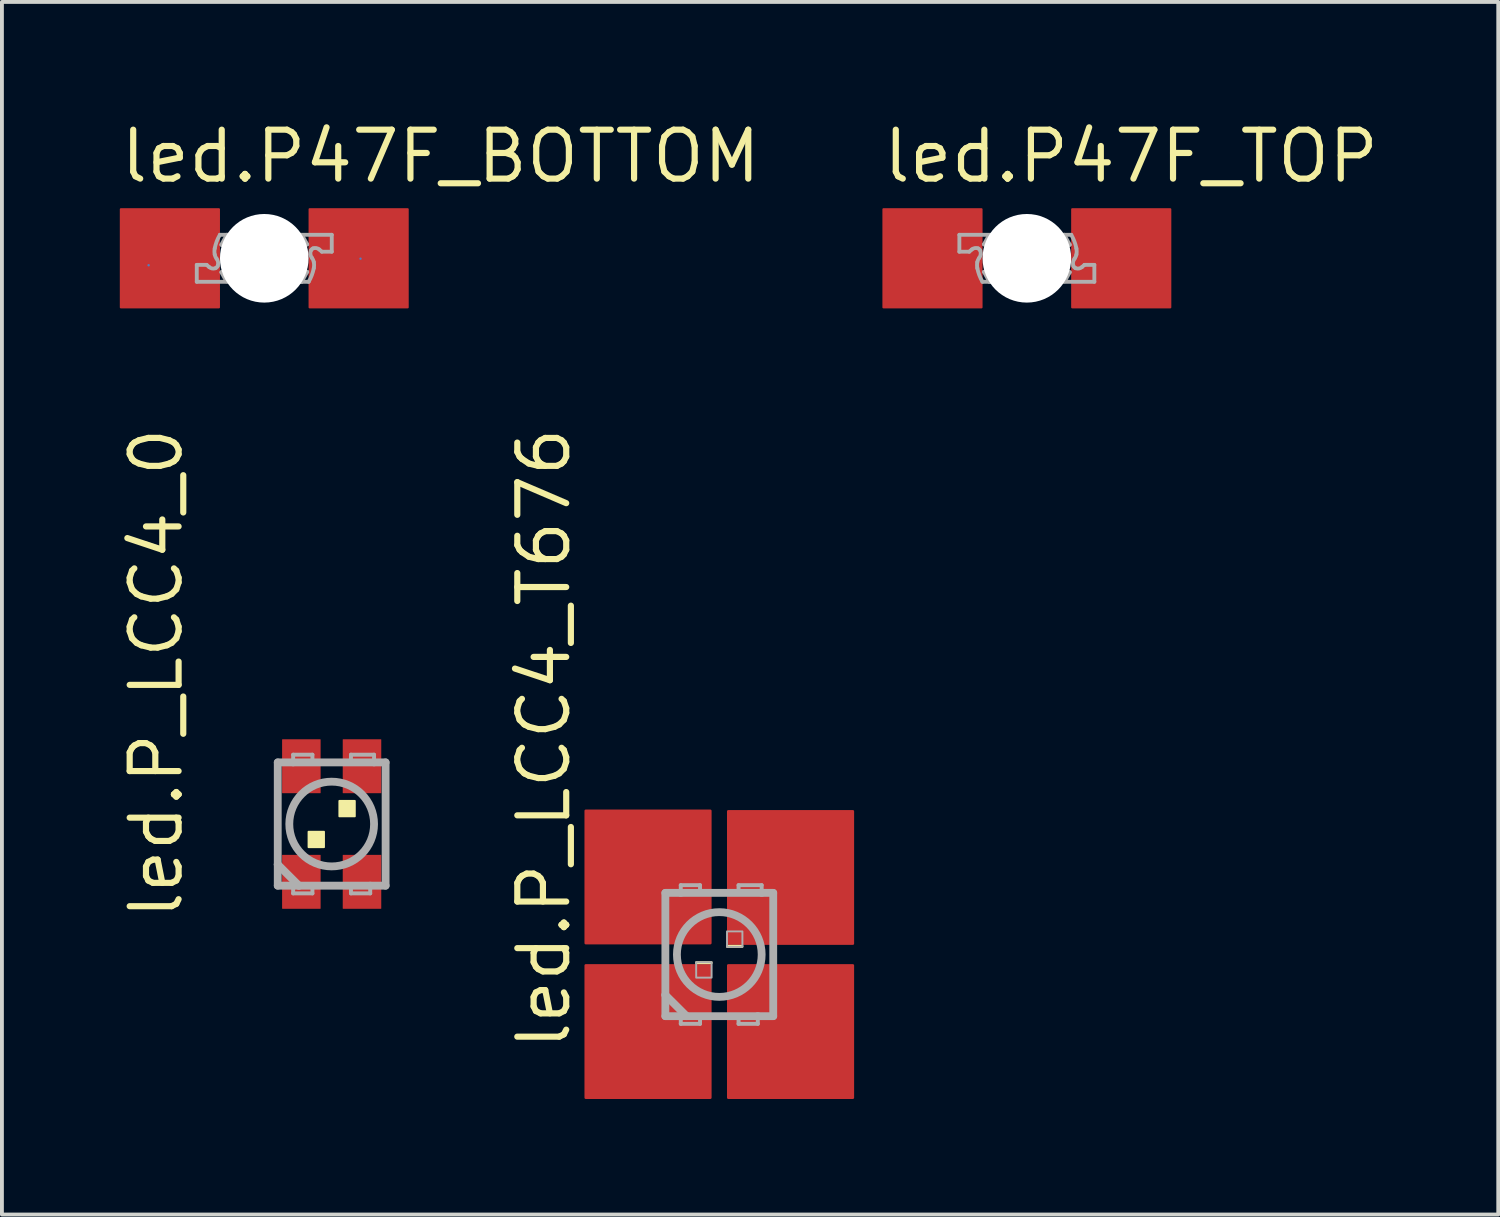
<source format=kicad_pcb>
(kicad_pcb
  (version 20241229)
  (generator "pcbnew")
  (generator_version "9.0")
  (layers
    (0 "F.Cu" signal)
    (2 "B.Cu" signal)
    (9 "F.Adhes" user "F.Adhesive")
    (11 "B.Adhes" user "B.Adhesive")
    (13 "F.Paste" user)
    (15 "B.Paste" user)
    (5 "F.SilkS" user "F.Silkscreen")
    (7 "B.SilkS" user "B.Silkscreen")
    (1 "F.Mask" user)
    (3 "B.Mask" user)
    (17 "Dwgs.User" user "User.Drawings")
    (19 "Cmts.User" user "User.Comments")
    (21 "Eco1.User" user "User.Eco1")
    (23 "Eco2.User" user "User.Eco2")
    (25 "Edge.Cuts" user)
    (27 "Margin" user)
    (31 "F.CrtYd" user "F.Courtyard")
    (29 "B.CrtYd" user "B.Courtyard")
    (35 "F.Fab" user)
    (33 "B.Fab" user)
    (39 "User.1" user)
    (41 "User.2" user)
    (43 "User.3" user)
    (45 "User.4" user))
  (footprint "led.P_LCC4_0"
    (layer "F.Cu")
    (at 5.56 18.341)
    (property "Reference" "led.P_LCC4_0" (at -3.81 2.54 90) (layer "F.SilkS") (effects (font (size 1.27 1.27) (thickness 0.16)) (justify left bottom)))
    (attr smd)
    (fp_rect (start -1.15 -0.85) (end -0.35 -1.95) (stroke (width 0.05) (type default)) (fill yes) (layer "F.Mask"))
    (fp_rect (start -1.15 1.95) (end -0.35 0.85) (stroke (width 0.05) (type default)) (fill yes) (layer "F.Mask"))
    (fp_rect (start 0.35 -0.85) (end 1.15 -1.95) (stroke (width 0.05) (type default)) (fill yes) (layer "F.Mask"))
    (fp_rect (start 0.35 1.95) (end 1.15 0.85) (stroke (width 0.05) (type default)) (fill yes) (layer "F.Mask"))
    (fp_rect (start -0.6 0.6) (end -0.2 0.2) (stroke (width 0.05) (type default)) (fill yes) (layer "F.SilkS"))
    (fp_rect (start 0.2 -0.2) (end 0.6 -0.6) (stroke (width 0.05) (type default)) (fill yes) (layer "F.SilkS"))
    (fp_rect (start -1.1 -0.9) (end -0.4 -1.9) (stroke (width 0.05) (type default)) (fill yes) (layer "F.Paste"))
    (fp_rect (start -1.1 1.9) (end -0.4 0.9) (stroke (width 0.05) (type default)) (fill yes) (layer "F.Paste"))
    (fp_rect (start 0.4 -0.9) (end 1.1 -1.9) (stroke (width 0.05) (type default)) (fill yes) (layer "F.Paste"))
    (fp_rect (start 0.4 1.9) (end 1.1 0.9) (stroke (width 0.05) (type default)) (fill yes) (layer "F.Paste"))
    (fp_line (start -1.4 -1.6) (end -1.4 1.05) (stroke (width 0.203) (type default)) (layer "F.Fab"))
    (fp_line (start -1.4 1.05) (end -1.4 1.6) (stroke (width 0.203) (type default)) (layer "F.Fab"))
    (fp_line (start -1.4 1.6) (end -1 1.6) (stroke (width 0.203) (type default)) (layer "F.Fab"))
    (fp_line (start -1 -1.8) (end -0.5 -1.8) (stroke (width 0.102) (type default)) (layer "F.Fab"))
    (fp_line (start -1 -1.6) (end -1.4 -1.6) (stroke (width 0.203) (type default)) (layer "F.Fab"))
    (fp_line (start -1 -1.6) (end -1 -1.8) (stroke (width 0.102) (type default)) (layer "F.Fab"))
    (fp_line (start -1 1.6) (end -1 1.8) (stroke (width 0.102) (type default)) (layer "F.Fab"))
    (fp_line (start -1 1.6) (end -0.85 1.6) (stroke (width 0.203) (type default)) (layer "F.Fab"))
    (fp_line (start -1 1.8) (end -0.5 1.8) (stroke (width 0.102) (type default)) (layer "F.Fab"))
    (fp_line (start -0.85 1.6) (end -1.4 1.05) (stroke (width 0.203) (type default)) (layer "F.Fab"))
    (fp_line (start -0.85 1.6) (end 1 1.6) (stroke (width 0.203) (type default)) (layer "F.Fab"))
    (fp_line (start -0.5 -1.8) (end -0.5 -1.65) (stroke (width 0.102) (type default)) (layer "F.Fab"))
    (fp_line (start -0.5 1.8) (end -0.5 1.65) (stroke (width 0.102) (type default)) (layer "F.Fab"))
    (fp_line (start 0.5 -1.8) (end 1.1 -1.8) (stroke (width 0.102) (type default)) (layer "F.Fab"))
    (fp_line (start 0.5 -1.65) (end 0.5 -1.8) (stroke (width 0.102) (type default)) (layer "F.Fab"))
    (fp_line (start 0.5 1.65) (end 0.5 1.8) (stroke (width 0.102) (type default)) (layer "F.Fab"))
    (fp_line (start 0.5 1.8) (end 1 1.8) (stroke (width 0.102) (type default)) (layer "F.Fab"))
    (fp_line (start 1 1.6) (end 1.4 1.6) (stroke (width 0.203) (type default)) (layer "F.Fab"))
    (fp_line (start 1 1.8) (end 1 1.6) (stroke (width 0.102) (type default)) (layer "F.Fab"))
    (fp_line (start 1.1 -1.8) (end 1.1 -1.6) (stroke (width 0.102) (type default)) (layer "F.Fab"))
    (fp_line (start 1.1 -1.6) (end -1 -1.6) (stroke (width 0.203) (type default)) (layer "F.Fab"))
    (fp_line (start 1.4 -1.6) (end 1.1 -1.6) (stroke (width 0.203) (type default)) (layer "F.Fab"))
    (fp_line (start 1.4 1.6) (end 1.4 -1.6) (stroke (width 0.203) (type default)) (layer "F.Fab"))
    (fp_circle (center 0 0) (end 1.1 0) (stroke (width 0.203) (type default)) (fill no) (layer "F.Fab"))
    (pad "1" smd roundrect (at -0.787 1.5) (size 1 1.4) (layers "F.Cu" "F.Mask" "F.Paste") (roundrect_rratio 0.01))
    (pad "2" smd roundrect (at -0.787 -1.5) (size 1 1.4) (layers "F.Cu" "F.Mask" "F.Paste") (roundrect_rratio 0.01))
    (pad "3" smd roundrect (at 0.787 -1.5) (size 1 1.4) (layers "F.Cu" "F.Mask" "F.Paste") (roundrect_rratio 0.01))
    (pad "4" smd roundrect (at 0.787 1.5) (size 1 1.4) (layers "F.Cu" "F.Mask" "F.Paste") (roundrect_rratio 0.01)))
  (footprint "led.P_LCC4_T676"
    (layer "F.Cu")
    (at 15.622 21.728)
    (property "Reference" "led.P_LCC4_T676" (at -3.81 2.54 90) (layer "F.SilkS") (effects (font (size 1.27 1.27) (thickness 0.16)) (justify left bottom)))
    (attr smd)
    (fp_rect (start -1.15 -0.75) (end -0.35 -1.85) (stroke (width 0.05) (type default)) (fill yes) (layer "F.Mask"))
    (fp_rect (start -1.15 1.85) (end -0.35 0.75) (stroke (width 0.05) (type default)) (fill yes) (layer "F.Mask"))
    (fp_rect (start 0.35 -0.75) (end 1.15 -1.85) (stroke (width 0.05) (type default)) (fill yes) (layer "F.Mask"))
    (fp_rect (start 0.35 1.85) (end 1.15 0.75) (stroke (width 0.05) (type default)) (fill yes) (layer "F.Mask"))
    (fp_rect (start -0.6 0.225) (end -0.2 0.2) (stroke (width 0.05) (type default)) (fill yes) (layer "F.SilkS"))
    (fp_rect (start 0.2 -0.2) (end 0.6 -0.225) (stroke (width 0.05) (type default)) (fill yes) (layer "F.SilkS"))
    (fp_rect (start -1.1 -0.8) (end -0.4 -1.8) (stroke (width 0.05) (type default)) (fill yes) (layer "F.Paste"))
    (fp_rect (start -1.1 1.8) (end -0.4 0.8) (stroke (width 0.05) (type default)) (fill yes) (layer "F.Paste"))
    (fp_rect (start 0.4 -0.8) (end 1.1 -1.8) (stroke (width 0.05) (type default)) (fill yes) (layer "F.Paste"))
    (fp_rect (start 0.4 1.8) (end 1.1 0.8) (stroke (width 0.05) (type default)) (fill yes) (layer "F.Paste"))
    (fp_line (start -1.4 -1.6) (end -1.4 1.05) (stroke (width 0.203) (type default)) (layer "F.Fab"))
    (fp_line (start -1.4 1.05) (end -1.4 1.6) (stroke (width 0.203) (type default)) (layer "F.Fab"))
    (fp_line (start -1.4 1.6) (end -1 1.6) (stroke (width 0.203) (type default)) (layer "F.Fab"))
    (fp_line (start -1 -1.8) (end -0.5 -1.8) (stroke (width 0.102) (type default)) (layer "F.Fab"))
    (fp_line (start -1 -1.6) (end -1.4 -1.6) (stroke (width 0.203) (type default)) (layer "F.Fab"))
    (fp_line (start -1 -1.6) (end -1 -1.8) (stroke (width 0.102) (type default)) (layer "F.Fab"))
    (fp_line (start -1 1.6) (end -1 1.8) (stroke (width 0.102) (type default)) (layer "F.Fab"))
    (fp_line (start -1 1.6) (end -0.85 1.6) (stroke (width 0.203) (type default)) (layer "F.Fab"))
    (fp_line (start -1 1.8) (end -0.5 1.8) (stroke (width 0.102) (type default)) (layer "F.Fab"))
    (fp_line (start -0.85 1.6) (end -1.4 1.05) (stroke (width 0.203) (type default)) (layer "F.Fab"))
    (fp_line (start -0.85 1.6) (end 1 1.6) (stroke (width 0.203) (type default)) (layer "F.Fab"))
    (fp_line (start -0.5 -1.8) (end -0.5 -1.65) (stroke (width 0.102) (type default)) (layer "F.Fab"))
    (fp_line (start -0.5 1.8) (end -0.5 1.65) (stroke (width 0.102) (type default)) (layer "F.Fab"))
    (fp_line (start 0.5 -1.8) (end 1.1 -1.8) (stroke (width 0.102) (type default)) (layer "F.Fab"))
    (fp_line (start 0.5 -1.65) (end 0.5 -1.8) (stroke (width 0.102) (type default)) (layer "F.Fab"))
    (fp_line (start 0.5 1.65) (end 0.5 1.8) (stroke (width 0.102) (type default)) (layer "F.Fab"))
    (fp_line (start 0.5 1.8) (end 1 1.8) (stroke (width 0.102) (type default)) (layer "F.Fab"))
    (fp_line (start 1 1.6) (end 1.4 1.6) (stroke (width 0.203) (type default)) (layer "F.Fab"))
    (fp_line (start 1 1.8) (end 1 1.6) (stroke (width 0.102) (type default)) (layer "F.Fab"))
    (fp_line (start 1.1 -1.8) (end 1.1 -1.6) (stroke (width 0.102) (type default)) (layer "F.Fab"))
    (fp_line (start 1.1 -1.6) (end -1 -1.6) (stroke (width 0.203) (type default)) (layer "F.Fab"))
    (fp_line (start 1.4 -1.6) (end 1.1 -1.6) (stroke (width 0.203) (type default)) (layer "F.Fab"))
    (fp_line (start 1.4 1.6) (end 1.4 -1.6) (stroke (width 0.203) (type default)) (layer "F.Fab"))
    (fp_rect (start -0.6 0.6) (end -0.2 0.2) (stroke (width 0.05) (type default)) (fill no) (layer "F.Fab"))
    (fp_rect (start 0.2 -0.2) (end 0.6 -0.6) (stroke (width 0.05) (type default)) (fill no) (layer "F.Fab"))
    (fp_circle (center 0 0) (end 1.1 0) (stroke (width 0.203) (type default)) (fill no) (layer "F.Fab"))
    (pad "1" smd roundrect (at -1.85 2) (size 3.3 3.5) (layers "F.Cu" "F.Mask" "F.Paste") (roundrect_rratio 0.01))
    (pad "2" smd roundrect (at -1.85 -2.013) (size 3.3 3.5) (layers "F.Cu" "F.Mask" "F.Paste") (roundrect_rratio 0.01))
    (pad "3" smd roundrect (at 1.85 -2) (size 3.3 3.5) (layers "F.Cu" "F.Mask" "F.Paste") (roundrect_rratio 0.01))
    (pad "4" smd roundrect (at 1.85 2) (size 3.3 3.5) (layers "F.Cu" "F.Mask" "F.Paste") (roundrect_rratio 0.01)))
  (footprint "led.P47F_BOTTOM"
    (layer "F.Cu")
    (at 3.81 3.655)
    (property "Reference" "led.P47F_BOTTOM" (at -3.81 -1.905 0) (layer "F.SilkS") (effects (font (size 1.27 1.27) (thickness 0.16)) (justify left bottom)))
    (attr smd)
    (fp_rect (start -1.825 0.9) (end -1.15 -0.2) (stroke (width 0.05) (type default)) (fill yes) (layer "F.Mask"))
    (fp_rect (start 1.15 0.2) (end 1.825 -0.9) (stroke (width 0.05) (type default)) (fill yes) (layer "F.Mask"))
    (fp_rect (start -3.007 0.185) (end -2.997 0.176) (stroke (width 0.05) (type default)) (fill yes) (layer "B.Cu"))
    (fp_rect (start 2.494 0.014) (end 2.503 0.005) (stroke (width 0.05) (type default)) (fill yes) (layer "B.Cu"))
    (fp_circle (center 0 0) (end 0.952 0) (stroke (width 0.1) (type default)) (fill no) (layer "B.SilkS"))
    (fp_rect (start -1.8 0.725) (end -1.175 -0.05) (stroke (width 0.05) (type default)) (fill yes) (layer "F.Paste"))
    (fp_rect (start 1.175 0.05) (end 1.8 -0.725) (stroke (width 0.05) (type default)) (fill yes) (layer "F.Paste"))
    (fp_line (start -0.305 -0.048) (end -0.305 0.048) (stroke (width 0.1) (type default)) (layer "B.Fab"))
    (fp_line (start -0.086 -0.267) (end 0.229 -0.267) (stroke (width 0.1) (type default)) (layer "B.Fab"))
    (fp_line (start -0.086 0.267) (end 0.229 0.267) (stroke (width 0.1) (type default)) (layer "B.Fab"))
    (fp_line (start 0.229 0.267) (end 0.543 0.295) (stroke (width 0.1) (type default)) (layer "B.Fab"))
    (fp_line (start 0.543 -0.295) (end 0.229 -0.267) (stroke (width 0.1) (type default)) (layer "B.Fab"))
    (fp_rect (start -0.1 0.1) (end 0.1 -0.1) (stroke (width 0.05) (type default)) (fill no) (layer "B.Fab"))
    (fp_arc (start -0.3048 -0.0476) (mid -0.240627 -0.202527) (end -0.0857 -0.2667) (stroke (width 0.1) (type default)) (layer "B.Fab"))
    (fp_arc (start -0.0857 0.2667) (mid -0.240627 0.202527) (end -0.3048 0.0476) (stroke (width 0.1) (type default)) (layer "B.Fab"))
    (fp_arc (start 0.5429 -0.2952) (mid 0.625634 -0.28409) (end 0.6953 -0.2381) (stroke (width 0.1) (type default)) (layer "B.Fab"))
    (fp_arc (start 0.6953 -0.2381) (mid 0.768602 -0.128263) (end 0.8 0) (stroke (width 0.1) (type default)) (layer "B.Fab"))
    (fp_arc (start 0.6953 0.2381) (mid 0.625634 0.28409) (end 0.5429 0.2952) (stroke (width 0.1) (type default)) (layer "B.Fab"))
    (fp_arc (start 0.8 0) (mid 0.768602 0.128263) (end 0.6953 0.2381) (stroke (width 0.1) (type default)) (layer "B.Fab"))
    (fp_line (start -1.752 0.171) (end -1.495 0.171) (stroke (width 0.1) (type default)) (layer "F.Fab"))
    (fp_line (start -1.752 0.61) (end -1.752 0.171) (stroke (width 0.1) (type default)) (layer "F.Fab"))
    (fp_line (start -1.495 0.171) (end -1.429 0.229) (stroke (width 0.1) (type default)) (layer "F.Fab"))
    (fp_line (start -1.152 -0.61) (end -0.971 -0.61) (stroke (width 0.1) (type default)) (layer "F.Fab"))
    (fp_line (start -1.114 -0.352) (end -0.971 -0.61) (stroke (width 0.1) (type default)) (layer "F.Fab"))
    (fp_line (start -1.114 0.362) (end -0.971 0.295) (stroke (width 0.1) (type default)) (layer "F.Fab"))
    (fp_line (start -0.981 0.6) (end -1.114 0.362) (stroke (width 0.1) (type default)) (layer "F.Fab"))
    (fp_line (start -0.971 -0.61) (end -0.752 -0.61) (stroke (width 0.1) (type default)) (layer "F.Fab"))
    (fp_line (start -0.933 -0.267) (end -1.114 -0.352) (stroke (width 0.1) (type default)) (layer "F.Fab"))
    (fp_line (start -0.8 0.61) (end -1.752 0.61) (stroke (width 0.1) (type default)) (layer "F.Fab"))
    (fp_line (start 0.8 -0.61) (end 1.752 -0.61) (stroke (width 0.1) (type default)) (layer "F.Fab"))
    (fp_line (start 0.933 0.267) (end 1.114 0.352) (stroke (width 0.1) (type default)) (layer "F.Fab"))
    (fp_line (start 0.971 0.61) (end 0.752 0.61) (stroke (width 0.1) (type default)) (layer "F.Fab"))
    (fp_line (start 0.981 -0.6) (end 1.114 -0.362) (stroke (width 0.1) (type default)) (layer "F.Fab"))
    (fp_line (start 1.114 -0.362) (end 0.971 -0.295) (stroke (width 0.1) (type default)) (layer "F.Fab"))
    (fp_line (start 1.114 0.352) (end 0.971 0.61) (stroke (width 0.1) (type default)) (layer "F.Fab"))
    (fp_line (start 1.152 0.61) (end 0.971 0.61) (stroke (width 0.1) (type default)) (layer "F.Fab"))
    (fp_line (start 1.495 -0.171) (end 1.429 -0.229) (stroke (width 0.1) (type default)) (layer "F.Fab"))
    (fp_line (start 1.752 -0.61) (end 1.752 -0.171) (stroke (width 0.1) (type default)) (layer "F.Fab"))
    (fp_line (start 1.752 -0.171) (end 1.495 -0.171) (stroke (width 0.1) (type default)) (layer "F.Fab"))
    (fp_arc (start -1.2857 -0.2571) (mid -1.233931 -0.438929) (end -1.1524 -0.6095) (stroke (width 0.1) (type default)) (layer "F.Fab"))
    (fp_arc (start -1.2857 -0.0952) (mid -1.293545 -0.17615) (end -1.2857 -0.2571) (stroke (width 0.1) (type default)) (layer "F.Fab"))
    (fp_arc (start -1.2667 0.2571) (mid -1.351547 0.264986) (end -1.4286 0.2286) (stroke (width 0.1) (type default)) (layer "F.Fab"))
    (fp_arc (start -1.2381 0.0095) (mid -1.26804 -0.040059) (end -1.2857 -0.0952) (stroke (width 0.1) (type default)) (layer "F.Fab"))
    (fp_arc (start -1.2381 0.0095) (mid -1.198909 0.101013) (end -1.2095 0.2) (stroke (width 0.1) (type default)) (layer "F.Fab"))
    (fp_arc (start -1.2095 0.2) (mid -1.231954 0.234707) (end -1.2667 0.2571) (stroke (width 0.1) (type default)) (layer "F.Fab"))
    (fp_arc (start 1.2095 -0.2) (mid 1.231954 -0.234707) (end 1.2667 -0.2571) (stroke (width 0.1) (type default)) (layer "F.Fab"))
    (fp_arc (start 1.2381 -0.0095) (mid 1.198909 -0.101013) (end 1.2095 -0.2) (stroke (width 0.1) (type default)) (layer "F.Fab"))
    (fp_arc (start 1.2381 -0.0095) (mid 1.26804 0.040059) (end 1.2857 0.0952) (stroke (width 0.1) (type default)) (layer "F.Fab"))
    (fp_arc (start 1.2667 -0.2571) (mid 1.351547 -0.264986) (end 1.4286 -0.2286) (stroke (width 0.1) (type default)) (layer "F.Fab"))
    (fp_arc (start 1.2857 0.0952) (mid 1.293545 0.17615) (end 1.2857 0.2571) (stroke (width 0.1) (type default)) (layer "F.Fab"))
    (fp_arc (start 1.2857 0.2571) (mid 1.233931 0.438929) (end 1.1524 0.6095) (stroke (width 0.1) (type default)) (layer "F.Fab"))
    (pad "" np_thru_hole circle (at 0 0) (size 2.3 2.3) (drill 2.3) (layers "*.Cu" "*.Mask"))
    (pad "A" smd roundrect (at -2.45 0) (size 2.6 2.6) (layers "F.Cu" "F.Mask" "F.Paste") (roundrect_rratio 0.01))
    (pad "C" smd roundrect (at 2.45 0 180) (size 2.6 2.6) (layers "F.Cu" "F.Mask" "F.Paste") (roundrect_rratio 0.01)))
  (footprint "led.P47F_TOP"
    (layer "F.Cu")
    (at 23.606 3.655)
    (property "Reference" "led.P47F_TOP" (at -3.81 -1.905 0) (layer "F.SilkS") (effects (font (size 1.27 1.27) (thickness 0.16)) (justify left bottom)))
    (attr smd)
    (fp_rect (start -3.007 -0.176) (end -2.997 -0.185) (stroke (width 0.05) (type default)) (fill yes) (layer "F.Cu"))
    (fp_rect (start 2.494 -0.005) (end 2.503 -0.014) (stroke (width 0.05) (type default)) (fill yes) (layer "F.Cu"))
    (fp_rect (start -1.825 0.2) (end -1.15 -0.9) (stroke (width 0.05) (type default)) (fill yes) (layer "F.Mask"))
    (fp_rect (start 1.15 0.9) (end 1.825 -0.2) (stroke (width 0.05) (type default)) (fill yes) (layer "F.Mask"))
    (fp_line (start -0.305 0.048) (end -0.305 -0.048) (stroke (width 0.1) (type default)) (layer "F.SilkS"))
    (fp_line (start -0.086 -0.267) (end 0.229 -0.267) (stroke (width 0.1) (type default)) (layer "F.SilkS"))
    (fp_line (start -0.086 0.267) (end 0.229 0.267) (stroke (width 0.1) (type default)) (layer "F.SilkS"))
    (fp_line (start 0.229 -0.267) (end 0.543 -0.295) (stroke (width 0.1) (type default)) (layer "F.SilkS"))
    (fp_line (start 0.543 0.295) (end 0.229 0.267) (stroke (width 0.1) (type default)) (layer "F.SilkS"))
    (fp_rect (start -0.1 0.1) (end 0.1 -0.1) (stroke (width 0.05) (type default)) (fill yes) (layer "F.SilkS"))
    (fp_arc (start -0.3048 -0.0476) (mid -0.240627 -0.202527) (end -0.0857 -0.2667) (stroke (width 0.1) (type default)) (layer "F.SilkS"))
    (fp_arc (start -0.0857 0.2667) (mid -0.240627 0.202527) (end -0.3048 0.0476) (stroke (width 0.1) (type default)) (layer "F.SilkS"))
    (fp_arc (start 0.5429 -0.2952) (mid 0.625631 -0.28408) (end 0.6953 -0.2381) (stroke (width 0.1) (type default)) (layer "F.SilkS"))
    (fp_arc (start 0.6953 -0.2381) (mid 0.768602 -0.128263) (end 0.8 0) (stroke (width 0.1) (type default)) (layer "F.SilkS"))
    (fp_arc (start 0.6953 0.2381) (mid 0.625631 0.28408) (end 0.5429 0.2952) (stroke (width 0.1) (type default)) (layer "F.SilkS"))
    (fp_arc (start 0.8 0) (mid 0.768602 0.128263) (end 0.6953 0.2381) (stroke (width 0.1) (type default)) (layer "F.SilkS"))
    (fp_circle (center 0 0) (end 0.952 0) (stroke (width 0.1) (type default)) (fill no) (layer "F.SilkS"))
    (fp_rect (start -1.8 0.05) (end -1.175 -0.725) (stroke (width 0.05) (type default)) (fill yes) (layer "F.Paste"))
    (fp_rect (start 1.175 0.725) (end 1.8 -0.05) (stroke (width 0.05) (type default)) (fill yes) (layer "F.Paste"))
    (fp_line (start -1.752 -0.61) (end -1.752 -0.171) (stroke (width 0.1) (type default)) (layer "F.Fab"))
    (fp_line (start -1.752 -0.171) (end -1.495 -0.171) (stroke (width 0.1) (type default)) (layer "F.Fab"))
    (fp_line (start -1.495 -0.171) (end -1.429 -0.229) (stroke (width 0.1) (type default)) (layer "F.Fab"))
    (fp_line (start -1.152 0.61) (end -0.971 0.61) (stroke (width 0.1) (type default)) (layer "F.Fab"))
    (fp_line (start -1.114 -0.362) (end -0.971 -0.295) (stroke (width 0.1) (type default)) (layer "F.Fab"))
    (fp_line (start -1.114 0.352) (end -0.971 0.61) (stroke (width 0.1) (type default)) (layer "F.Fab"))
    (fp_line (start -0.981 -0.6) (end -1.114 -0.362) (stroke (width 0.1) (type default)) (layer "F.Fab"))
    (fp_line (start -0.971 0.61) (end -0.752 0.61) (stroke (width 0.1) (type default)) (layer "F.Fab"))
    (fp_line (start -0.933 0.267) (end -1.114 0.352) (stroke (width 0.1) (type default)) (layer "F.Fab"))
    (fp_line (start -0.8 -0.61) (end -1.752 -0.61) (stroke (width 0.1) (type default)) (layer "F.Fab"))
    (fp_line (start 0.8 0.61) (end 1.752 0.61) (stroke (width 0.1) (type default)) (layer "F.Fab"))
    (fp_line (start 0.933 -0.267) (end 1.114 -0.352) (stroke (width 0.1) (type default)) (layer "F.Fab"))
    (fp_line (start 0.971 -0.61) (end 0.752 -0.61) (stroke (width 0.1) (type default)) (layer "F.Fab"))
    (fp_line (start 0.981 0.6) (end 1.114 0.362) (stroke (width 0.1) (type default)) (layer "F.Fab"))
    (fp_line (start 1.114 -0.352) (end 0.971 -0.61) (stroke (width 0.1) (type default)) (layer "F.Fab"))
    (fp_line (start 1.114 0.362) (end 0.971 0.295) (stroke (width 0.1) (type default)) (layer "F.Fab"))
    (fp_line (start 1.152 -0.61) (end 0.971 -0.61) (stroke (width 0.1) (type default)) (layer "F.Fab"))
    (fp_line (start 1.495 0.171) (end 1.429 0.229) (stroke (width 0.1) (type default)) (layer "F.Fab"))
    (fp_line (start 1.752 0.171) (end 1.495 0.171) (stroke (width 0.1) (type default)) (layer "F.Fab"))
    (fp_line (start 1.752 0.61) (end 1.752 0.171) (stroke (width 0.1) (type default)) (layer "F.Fab"))
    (fp_arc (start -1.4286 -0.2286) (mid -1.351549 -0.264999) (end -1.2667 -0.2571) (stroke (width 0.1) (type default)) (layer "F.Fab"))
    (fp_arc (start -1.2857 0.0952) (mid -1.26804 0.040059) (end -1.2381 -0.0095) (stroke (width 0.1) (type default)) (layer "F.Fab"))
    (fp_arc (start -1.2857 0.2571) (mid -1.293545 0.17615) (end -1.2857 0.0952) (stroke (width 0.1) (type default)) (layer "F.Fab"))
    (fp_arc (start -1.2667 -0.2571) (mid -1.231954 -0.234707) (end -1.2095 -0.2) (stroke (width 0.1) (type default)) (layer "F.Fab"))
    (fp_arc (start -1.2095 -0.2) (mid -1.198909 -0.101013) (end -1.2381 -0.0095) (stroke (width 0.1) (type default)) (layer "F.Fab"))
    (fp_arc (start -1.1524 0.6095) (mid -1.233929 0.438928) (end -1.2857 0.2571) (stroke (width 0.1) (type default)) (layer "F.Fab"))
    (fp_arc (start 1.1524 -0.6095) (mid 1.233929 -0.438928) (end 1.2857 -0.2571) (stroke (width 0.1) (type default)) (layer "F.Fab"))
    (fp_arc (start 1.2095 0.2) (mid 1.198909 0.101013) (end 1.2381 0.0095) (stroke (width 0.1) (type default)) (layer "F.Fab"))
    (fp_arc (start 1.2667 0.2571) (mid 1.231954 0.234707) (end 1.2095 0.2) (stroke (width 0.1) (type default)) (layer "F.Fab"))
    (fp_arc (start 1.2857 -0.2571) (mid 1.293545 -0.17615) (end 1.2857 -0.0952) (stroke (width 0.1) (type default)) (layer "F.Fab"))
    (fp_arc (start 1.2857 -0.0952) (mid 1.26804 -0.040059) (end 1.2381 0.0095) (stroke (width 0.1) (type default)) (layer "F.Fab"))
    (fp_arc (start 1.4286 0.2286) (mid 1.351549 0.264999) (end 1.2667 0.2571) (stroke (width 0.1) (type default)) (layer "F.Fab"))
    (pad "" np_thru_hole circle (at 0 0) (size 2.3 2.3) (drill 2.3) (layers "*.Cu" "*.Mask"))
    (pad "A" smd roundrect (at -2.45 0) (size 2.6 2.6) (layers "F.Cu" "F.Mask" "F.Paste") (roundrect_rratio 0.01))
    (pad "C" smd roundrect (at 2.45 0 180) (size 2.6 2.6) (layers "F.Cu" "F.Mask" "F.Paste") (roundrect_rratio 0.01)))
  (gr_rect
    (start -3 -3)
    (end 35.843 28.478)
    (stroke (width 0.1) (type default))
    (fill no)
    (layer "Edge.Cuts")))
</source>
